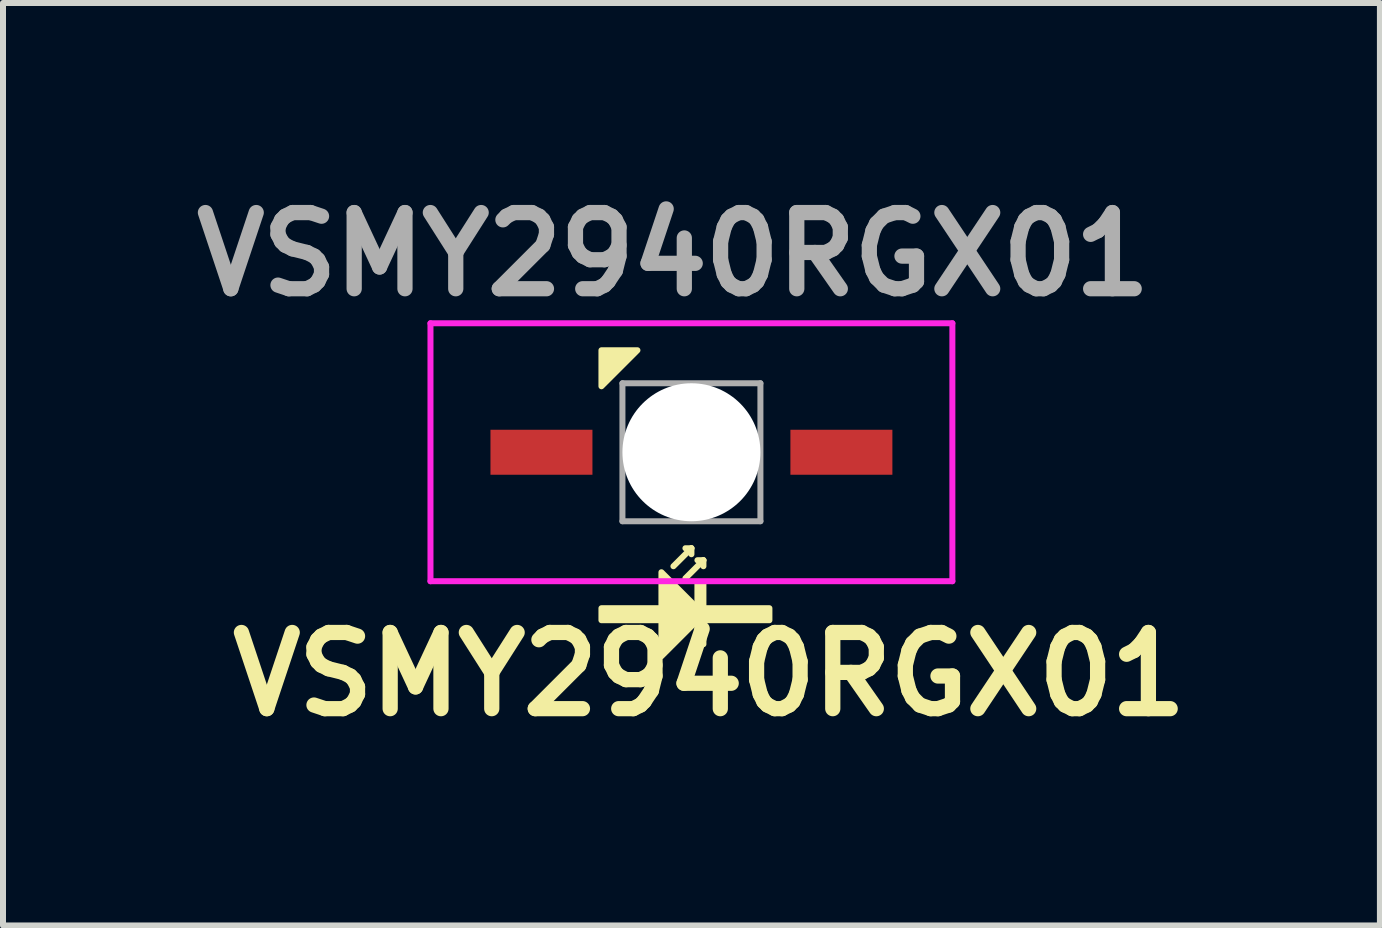
<source format=kicad_pcb>
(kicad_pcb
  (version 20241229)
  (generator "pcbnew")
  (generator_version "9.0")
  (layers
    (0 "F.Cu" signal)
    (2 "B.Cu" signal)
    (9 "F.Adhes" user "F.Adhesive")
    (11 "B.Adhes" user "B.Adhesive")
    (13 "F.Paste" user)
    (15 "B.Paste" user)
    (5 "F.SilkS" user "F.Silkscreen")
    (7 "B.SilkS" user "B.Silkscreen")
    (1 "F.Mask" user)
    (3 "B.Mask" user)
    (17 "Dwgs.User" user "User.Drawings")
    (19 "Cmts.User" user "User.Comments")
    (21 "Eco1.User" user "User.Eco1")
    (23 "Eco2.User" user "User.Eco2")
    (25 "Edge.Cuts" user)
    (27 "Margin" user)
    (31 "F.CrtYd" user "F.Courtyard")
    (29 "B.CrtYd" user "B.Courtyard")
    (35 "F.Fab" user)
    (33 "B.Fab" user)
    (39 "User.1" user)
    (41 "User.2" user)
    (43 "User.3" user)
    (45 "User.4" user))
  (footprint "VSMY2940RGX01"
    (layer "F.Cu")
    (at 8.476 4.489)
    (property "Reference" "VSMY2940RGX01" (at 0.3 3.7 0) (layer "F.SilkS") (effects (font (size 1.27 1.27) (thickness 0.254))))
    (attr through_hole)
    (fp_line (start -0.3 1.9) (end 0 1.6) (stroke (width 0.1) (type default)) (layer "F.SilkS"))
    (fp_line (start -0.1 1.6) (end 0 1.6) (stroke (width 0.1) (type default)) (layer "F.SilkS"))
    (fp_line (start -0.1 2.1) (end 0.2 1.8) (stroke (width 0.1) (type default)) (layer "F.SilkS"))
    (fp_line (start 0 1.6) (end 0 1.7) (stroke (width 0.1) (type default)) (layer "F.SilkS"))
    (fp_line (start 0.1 1.8) (end 0.2 1.8) (stroke (width 0.1) (type default)) (layer "F.SilkS"))
    (fp_line (start 0.2 1.8) (end 0.2 1.9) (stroke (width 0.1) (type default)) (layer "F.SilkS"))
    (fp_poly (pts (xy -1.5 -1.7) (xy -1.5 -1.1) (xy -0.9 -1.7)) (stroke (width 0.1) (type solid)) (fill yes) (layer "F.SilkS"))
    (fp_poly (pts (xy -0.5 2) (xy -0.5 3.4) (xy 0.2 2.7)) (stroke (width 0.1) (type solid)) (fill yes) (layer "F.SilkS"))
    (fp_poly (pts (xy -1.5 2.6) (xy -0.3 2.6) (xy -0.3 2.8) (xy -1.5 2.8)) (stroke (width 0.1) (type solid)) (fill yes) (layer "F.SilkS"))
    (fp_poly (pts (xy -0.2 2.6) (xy 1.3 2.6) (xy 1.3 2.8) (xy -0.2 2.8)) (stroke (width 0.1) (type solid)) (fill yes) (layer "F.SilkS"))
    (fp_poly (pts (xy 0.2 2.2) (xy 0.2 3.2) (xy 0.1 3.2) (xy 0.1 2.2)) (stroke (width 0.1) (type solid)) (fill yes) (layer "F.SilkS"))
    (fp_line (start -4.35 -2.15) (end -4.35 2.15) (stroke (width 0.1) (type solid)) (layer "F.CrtYd"))
    (fp_line (start -4.35 2.15) (end 4.35 2.15) (stroke (width 0.1) (type solid)) (layer "F.CrtYd"))
    (fp_line (start 4.35 -2.15) (end -4.35 -2.15) (stroke (width 0.1) (type solid)) (layer "F.CrtYd"))
    (fp_line (start 4.35 2.15) (end 4.35 -2.15) (stroke (width 0.1) (type solid)) (layer "F.CrtYd"))
    (fp_line (start -1.15 -1.15) (end -1.15 1.15) (stroke (width 0.1) (type solid)) (layer "F.Fab"))
    (fp_line (start -1.15 1.15) (end 1.15 1.15) (stroke (width 0.1) (type solid)) (layer "F.Fab"))
    (fp_line (start 1.15 -1.15) (end -1.15 -1.15) (stroke (width 0.1) (type solid)) (layer "F.Fab"))
    (fp_line (start 1.15 1.15) (end 1.15 -1.15) (stroke (width 0.1) (type solid)) (layer "F.Fab"))
    (fp_text user "${REFERENCE}" (at -0.3 -3.3 0) (layer "F.Fab") (effects (font (size 1.27 1.27) (thickness 0.254))))
    (pad "" np_thru_hole circle (at 0 0) (size 2.3 2.3) (drill 2.3) (layers "*.Cu" "*.Mask"))
    (pad "1" smd rect (at 2.5 0 90) (size 0.75 1.7) (layers "F.Cu" "F.Mask" "F.Paste"))
    (pad "2" smd rect (at -2.5 0 90) (size 0.75 1.7) (layers "F.Cu" "F.Mask" "F.Paste")))
  (gr_rect
    (start -3 -3)
    (end 19.953 12.377)
    (stroke (width 0.1) (type default))
    (fill no)
    (layer "Edge.Cuts")))
</source>
